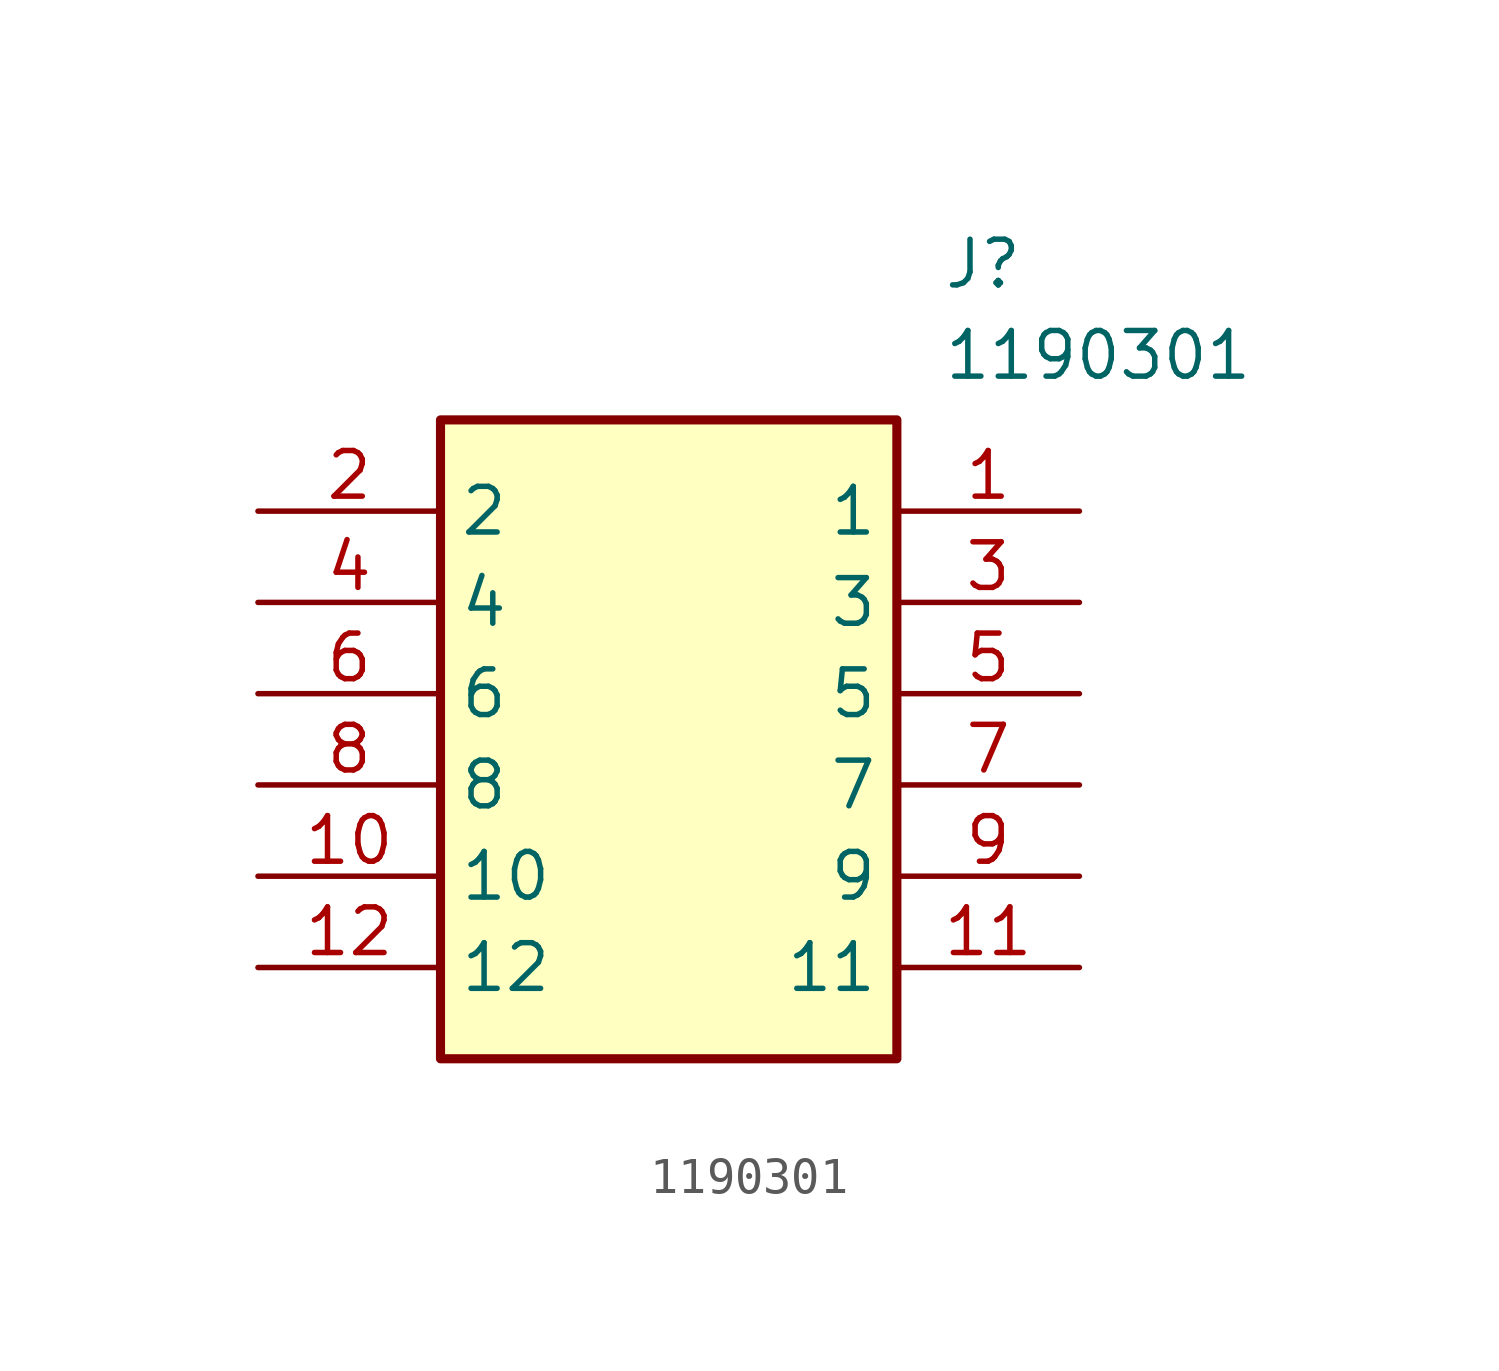
<source format=kicad_sym>
(kicad_symbol_lib
  (version 20211014)
  (generator SamacSys_ECAD_Model)
  (symbol "1190301"
    (property "Reference" "J"
      (at 19.05 7.62 0)
      (effects (font (size 1.27 1.27)) (justify left top)))
    (property "Value" "1190301"
      (at 19.05 5.08 0)
      (effects (font (size 1.27 1.27)) (justify left top)))
    (rectangle
      (start 5.08 2.54)
      (end 17.78 -15.24)
      (stroke (width 0.254) (type default))
      (fill (type background)))
    (pin passive line
      (at 22.86 0 180)
      (length 5.08)
      (name "1" (effects (font (size 1.27 1.27))))
      (number "1" (effects (font (size 1.27 1.27)))))
    (pin passive line
      (at 0 0 0)
      (length 5.08)
      (name "2" (effects (font (size 1.27 1.27))))
      (number "2" (effects (font (size 1.27 1.27)))))
    (pin passive line
      (at 22.86 -2.54 180)
      (length 5.08)
      (name "3" (effects (font (size 1.27 1.27))))
      (number "3" (effects (font (size 1.27 1.27)))))
    (pin passive line
      (at 0 -2.54 0)
      (length 5.08)
      (name "4" (effects (font (size 1.27 1.27))))
      (number "4" (effects (font (size 1.27 1.27)))))
    (pin passive line
      (at 22.86 -5.08 180)
      (length 5.08)
      (name "5" (effects (font (size 1.27 1.27))))
      (number "5" (effects (font (size 1.27 1.27)))))
    (pin passive line
      (at 0 -5.08 0)
      (length 5.08)
      (name "6" (effects (font (size 1.27 1.27))))
      (number "6" (effects (font (size 1.27 1.27)))))
    (pin passive line
      (at 22.86 -7.62 180)
      (length 5.08)
      (name "7" (effects (font (size 1.27 1.27))))
      (number "7" (effects (font (size 1.27 1.27)))))
    (pin passive line
      (at 0 -7.62 0)
      (length 5.08)
      (name "8" (effects (font (size 1.27 1.27))))
      (number "8" (effects (font (size 1.27 1.27)))))
    (pin passive line
      (at 22.86 -10.16 180)
      (length 5.08)
      (name "9" (effects (font (size 1.27 1.27))))
      (number "9" (effects (font (size 1.27 1.27)))))
    (pin passive line
      (at 0 -10.16 0)
      (length 5.08)
      (name "10" (effects (font (size 1.27 1.27))))
      (number "10" (effects (font (size 1.27 1.27)))))
    (pin passive line
      (at 22.86 -12.7 180)
      (length 5.08)
      (name "11" (effects (font (size 1.27 1.27))))
      (number "11" (effects (font (size 1.27 1.27)))))
    (pin passive line
      (at 0 -12.7 0)
      (length 5.08)
      (name "12" (effects (font (size 1.27 1.27))))
      (number "12" (effects (font (size 1.27 1.27)))))))
</source>
